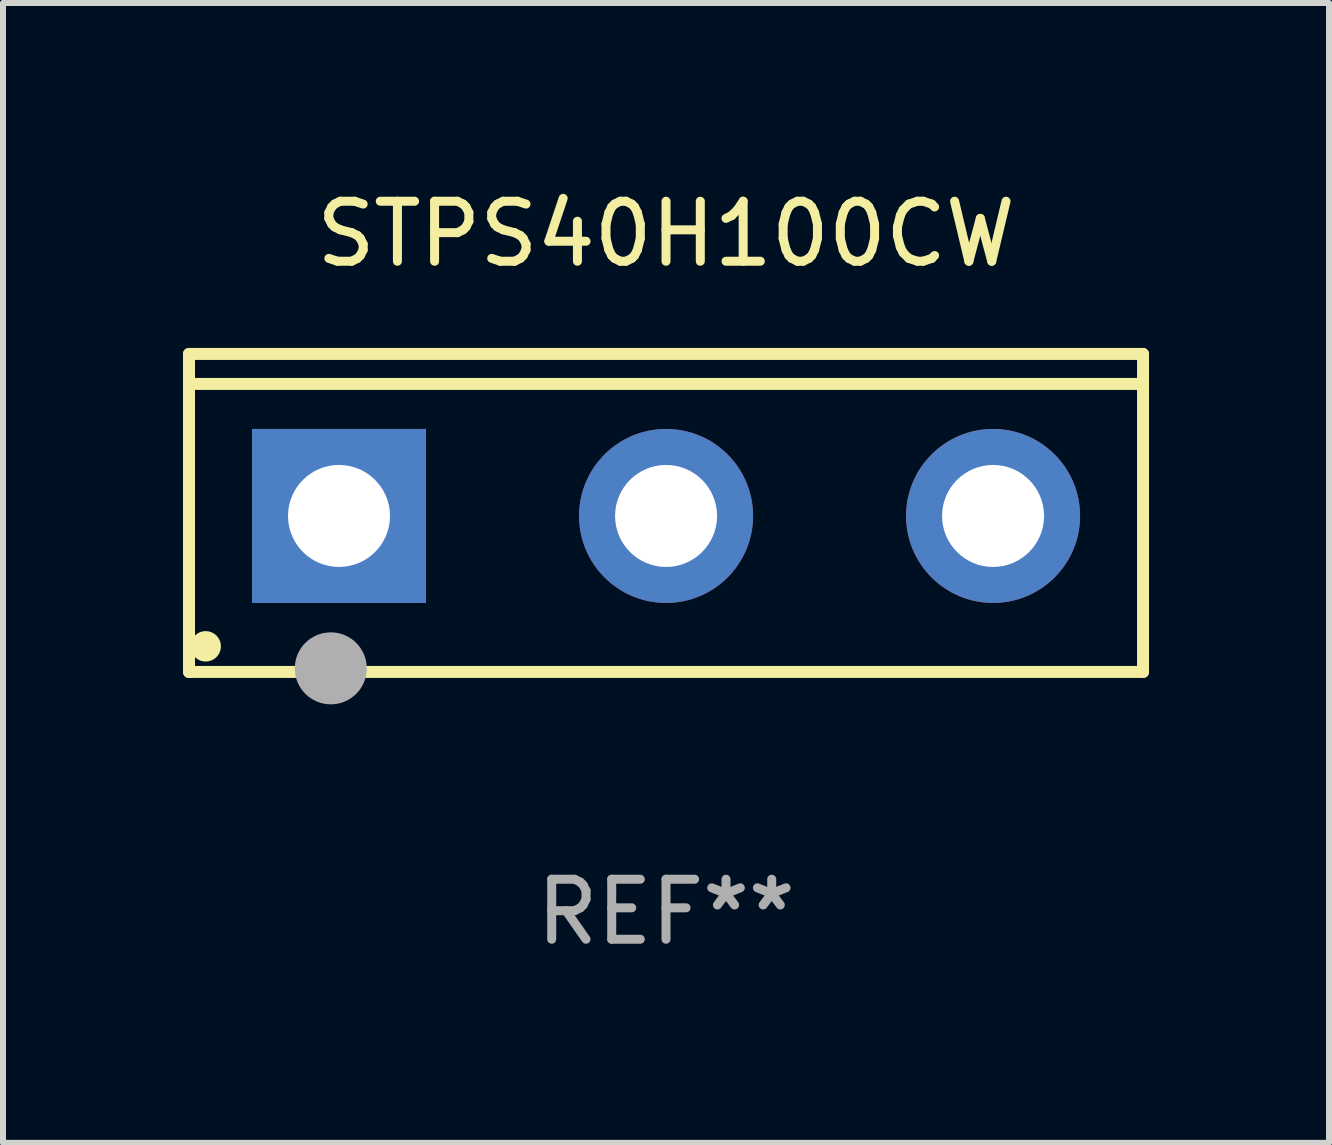
<source format=kicad_pcb>
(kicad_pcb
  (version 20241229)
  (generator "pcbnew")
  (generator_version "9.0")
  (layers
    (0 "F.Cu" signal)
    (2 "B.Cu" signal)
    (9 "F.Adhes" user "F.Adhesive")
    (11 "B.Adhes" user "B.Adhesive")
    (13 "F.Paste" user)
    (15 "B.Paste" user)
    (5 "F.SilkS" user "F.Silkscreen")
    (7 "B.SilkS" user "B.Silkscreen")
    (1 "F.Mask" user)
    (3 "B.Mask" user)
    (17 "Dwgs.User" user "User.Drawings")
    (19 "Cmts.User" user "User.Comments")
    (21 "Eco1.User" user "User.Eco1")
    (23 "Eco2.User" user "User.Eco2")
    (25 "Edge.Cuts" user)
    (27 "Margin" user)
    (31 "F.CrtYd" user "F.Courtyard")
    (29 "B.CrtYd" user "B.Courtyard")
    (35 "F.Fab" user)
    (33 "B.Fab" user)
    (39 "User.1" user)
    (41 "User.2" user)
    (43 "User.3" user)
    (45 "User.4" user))
  (footprint "STPS40H100CW"
    (layer "F.Cu")
    (at 8.05 5.499)
    (property "Reference" "STPS40H100CW" (at 0 -4.65 0) (layer "F.SilkS") (effects (font (size 1 1) (thickness 0.15))))
    (attr through_hole)
    (fp_line (start -7.95 -2.65) (end -7.95 2.65) (stroke (width 0.2) (type solid)) (layer "F.SilkS"))
    (fp_line (start -7.95 -2.15) (end 7.95 -2.15) (stroke (width 0.2) (type solid)) (layer "F.SilkS"))
    (fp_line (start -7.95 2.65) (end 7.95 2.65) (stroke (width 0.2) (type solid)) (layer "F.SilkS"))
    (fp_line (start 7.95 -2.65) (end -7.95 -2.65) (stroke (width 0.2) (type solid)) (layer "F.SilkS"))
    (fp_line (start 7.95 2.65) (end 7.95 -2.65) (stroke (width 0.2) (type solid)) (layer "F.SilkS"))
    (fp_circle (center -7.672 2.223) (end -7.545 2.223) (stroke (width 0.254) (type solid)) (fill no) (layer "F.SilkS"))
    (fp_circle (center -5.587 2.59) (end -5.287 2.59) (stroke (width 0.6) (type solid)) (fill no) (layer "F.Fab"))
    (fp_text user "REF**" (at 0 6.65 0) (layer "F.Fab") (effects (font (size 1 1) (thickness 0.15))))
    (pad "1" thru_hole rect (at -5.45 0.05) (size 2.9 2.9) (drill 1.7) (layers "*.Cu" "*.Mask"))
    (pad "2" thru_hole circle (at 0.001 0.05) (size 2.9 2.9) (drill 1.7) (layers "*.Cu" "*.Mask"))
    (pad "3" thru_hole circle (at 5.451 0.05) (size 2.9 2.9) (drill 1.7) (layers "*.Cu" "*.Mask")))
  (gr_rect
    (start -3 -3)
    (end 19.1 15.997)
    (stroke (width 0.1) (type default))
    (fill no)
    (layer "Edge.Cuts")))
</source>
